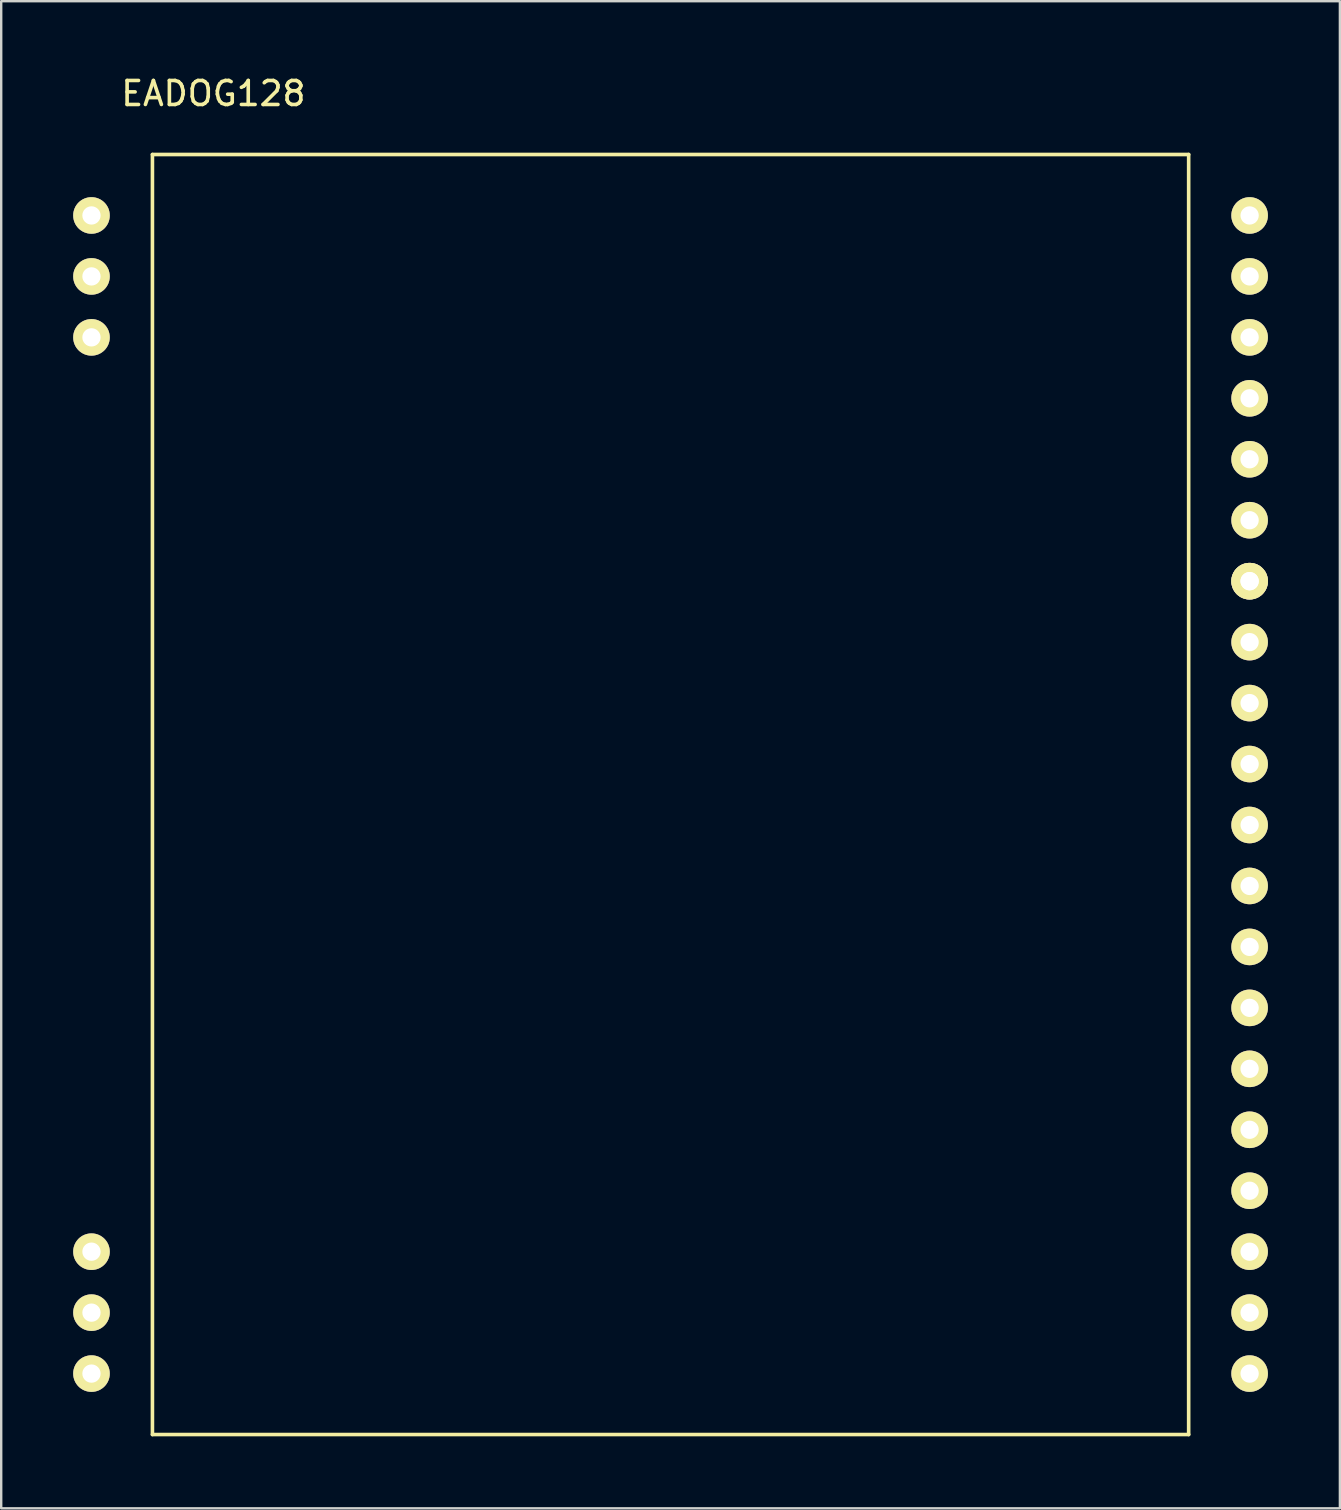
<source format=kicad_pcb>
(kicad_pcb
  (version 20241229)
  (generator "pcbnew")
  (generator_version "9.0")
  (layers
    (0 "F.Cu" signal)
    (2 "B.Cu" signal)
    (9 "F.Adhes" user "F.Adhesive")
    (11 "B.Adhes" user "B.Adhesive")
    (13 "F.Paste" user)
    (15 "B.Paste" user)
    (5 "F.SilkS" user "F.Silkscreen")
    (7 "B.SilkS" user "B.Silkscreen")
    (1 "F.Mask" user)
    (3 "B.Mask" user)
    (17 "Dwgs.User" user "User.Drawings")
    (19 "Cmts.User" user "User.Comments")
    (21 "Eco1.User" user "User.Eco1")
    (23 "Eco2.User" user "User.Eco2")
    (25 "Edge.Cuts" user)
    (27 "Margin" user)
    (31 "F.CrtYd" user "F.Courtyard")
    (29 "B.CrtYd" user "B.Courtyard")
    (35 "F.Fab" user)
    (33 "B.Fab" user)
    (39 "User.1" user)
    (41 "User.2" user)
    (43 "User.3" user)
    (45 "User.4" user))
  (footprint "EADOG128"
    (layer "F.Cu")
    (at 23.622 28.788)
    (property "Reference" "EADOG128" (at -17.78 -27.94 0) (layer "F.SilkS") (effects (font (size 1 1) (thickness 0.15))))
    (attr through_hole)
    (fp_line (start -20.32 -25.4) (end -20.32 27.94) (stroke (width 0.15) (type solid)) (layer "F.SilkS"))
    (fp_line (start -20.32 27.94) (end 22.86 27.94) (stroke (width 0.15) (type solid)) (layer "F.SilkS"))
    (fp_line (start 22.86 -25.4) (end -20.32 -25.4) (stroke (width 0.15) (type solid)) (layer "F.SilkS"))
    (fp_line (start 22.86 27.94) (end 22.86 -25.4) (stroke (width 0.15) (type solid)) (layer "F.SilkS"))
    (pad "1" thru_hole circle (at -22.86 -22.86) (size 1.524 1.524) (drill 0.762) (layers "*.Cu" "*.Mask" "F.SilkS"))
    (pad "2" thru_hole circle (at -22.86 -20.32) (size 1.524 1.524) (drill 0.762) (layers "*.Cu" "*.Mask" "F.SilkS"))
    (pad "3" thru_hole circle (at -22.86 -17.78) (size 1.524 1.524) (drill 0.762) (layers "*.Cu" "*.Mask" "F.SilkS"))
    (pad "18" thru_hole circle (at -22.86 20.32) (size 1.524 1.524) (drill 0.762) (layers "*.Cu" "*.Mask" "F.SilkS"))
    (pad "19" thru_hole circle (at -22.86 22.86) (size 1.524 1.524) (drill 0.762) (layers "*.Cu" "*.Mask" "F.SilkS"))
    (pad "20" thru_hole circle (at -22.86 25.4) (size 1.524 1.524) (drill 0.762) (layers "*.Cu" "*.Mask" "F.SilkS"))
    (pad "20" thru_hole circle (at 25.4 25.4) (size 1.524 1.524) (drill 0.762) (layers "*.Cu" "*.Mask" "F.SilkS"))
    (pad "21" thru_hole circle (at 25.4 22.86) (size 1.524 1.524) (drill 0.762) (layers "*.Cu" "*.Mask" "F.SilkS"))
    (pad "22" thru_hole circle (at 25.4 20.32) (size 1.524 1.524) (drill 0.762) (layers "*.Cu" "*.Mask" "F.SilkS"))
    (pad "23" thru_hole circle (at 25.4 17.78) (size 1.524 1.524) (drill 0.762) (layers "*.Cu" "*.Mask" "F.SilkS"))
    (pad "24" thru_hole circle (at 25.4 15.24) (size 1.524 1.524) (drill 0.762) (layers "*.Cu" "*.Mask" "F.SilkS"))
    (pad "25" thru_hole circle (at 25.4 12.7) (size 1.524 1.524) (drill 0.762) (layers "*.Cu" "*.Mask" "F.SilkS"))
    (pad "26" thru_hole circle (at 25.4 10.16) (size 1.524 1.524) (drill 0.762) (layers "*.Cu" "*.Mask" "F.SilkS"))
    (pad "27" thru_hole circle (at 25.4 7.62) (size 1.524 1.524) (drill 0.762) (layers "*.Cu" "*.Mask" "F.SilkS"))
    (pad "28" thru_hole circle (at 25.4 5.08) (size 1.524 1.524) (drill 0.762) (layers "*.Cu" "*.Mask" "F.SilkS"))
    (pad "29" thru_hole circle (at 25.4 2.54) (size 1.524 1.524) (drill 0.762) (layers "*.Cu" "*.Mask" "F.SilkS"))
    (pad "30" thru_hole circle (at 25.4 0) (size 1.524 1.524) (drill 0.762) (layers "*.Cu" "*.Mask" "F.SilkS"))
    (pad "31" thru_hole circle (at 25.4 -2.54) (size 1.524 1.524) (drill 0.762) (layers "*.Cu" "*.Mask" "F.SilkS"))
    (pad "32" thru_hole circle (at 25.4 -5.08) (size 1.524 1.524) (drill 0.762) (layers "*.Cu" "*.Mask" "F.SilkS"))
    (pad "33" thru_hole circle (at 25.4 -7.62) (size 1.524 1.524) (drill 0.762) (layers "*.Cu" "*.Mask" "F.SilkS"))
    (pad "34" thru_hole circle (at 25.4 -7.62) (size 1.524 1.524) (drill 0.762) (layers "*.Cu" "*.Mask" "F.SilkS"))
    (pad "35" thru_hole circle (at 25.4 -10.16) (size 1.524 1.524) (drill 0.762) (layers "*.Cu" "*.Mask" "F.SilkS"))
    (pad "36" thru_hole circle (at 25.4 -12.7) (size 1.524 1.524) (drill 0.762) (layers "*.Cu" "*.Mask" "F.SilkS"))
    (pad "37" thru_hole circle (at 25.4 -15.24) (size 1.524 1.524) (drill 0.762) (layers "*.Cu" "*.Mask" "F.SilkS"))
    (pad "38" thru_hole circle (at 25.4 -17.78) (size 1.524 1.524) (drill 0.762) (layers "*.Cu" "*.Mask" "F.SilkS"))
    (pad "39" thru_hole circle (at 25.4 -20.32) (size 1.524 1.524) (drill 0.762) (layers "*.Cu" "*.Mask" "F.SilkS"))
    (pad "40" thru_hole circle (at 25.4 -22.86) (size 1.524 1.524) (drill 0.762) (layers "*.Cu" "*.Mask" "F.SilkS")))
  (gr_rect
    (start -3 -3)
    (end 52.784 59.803)
    (stroke (width 0.1) (type default))
    (fill no)
    (layer "Edge.Cuts")))
</source>
